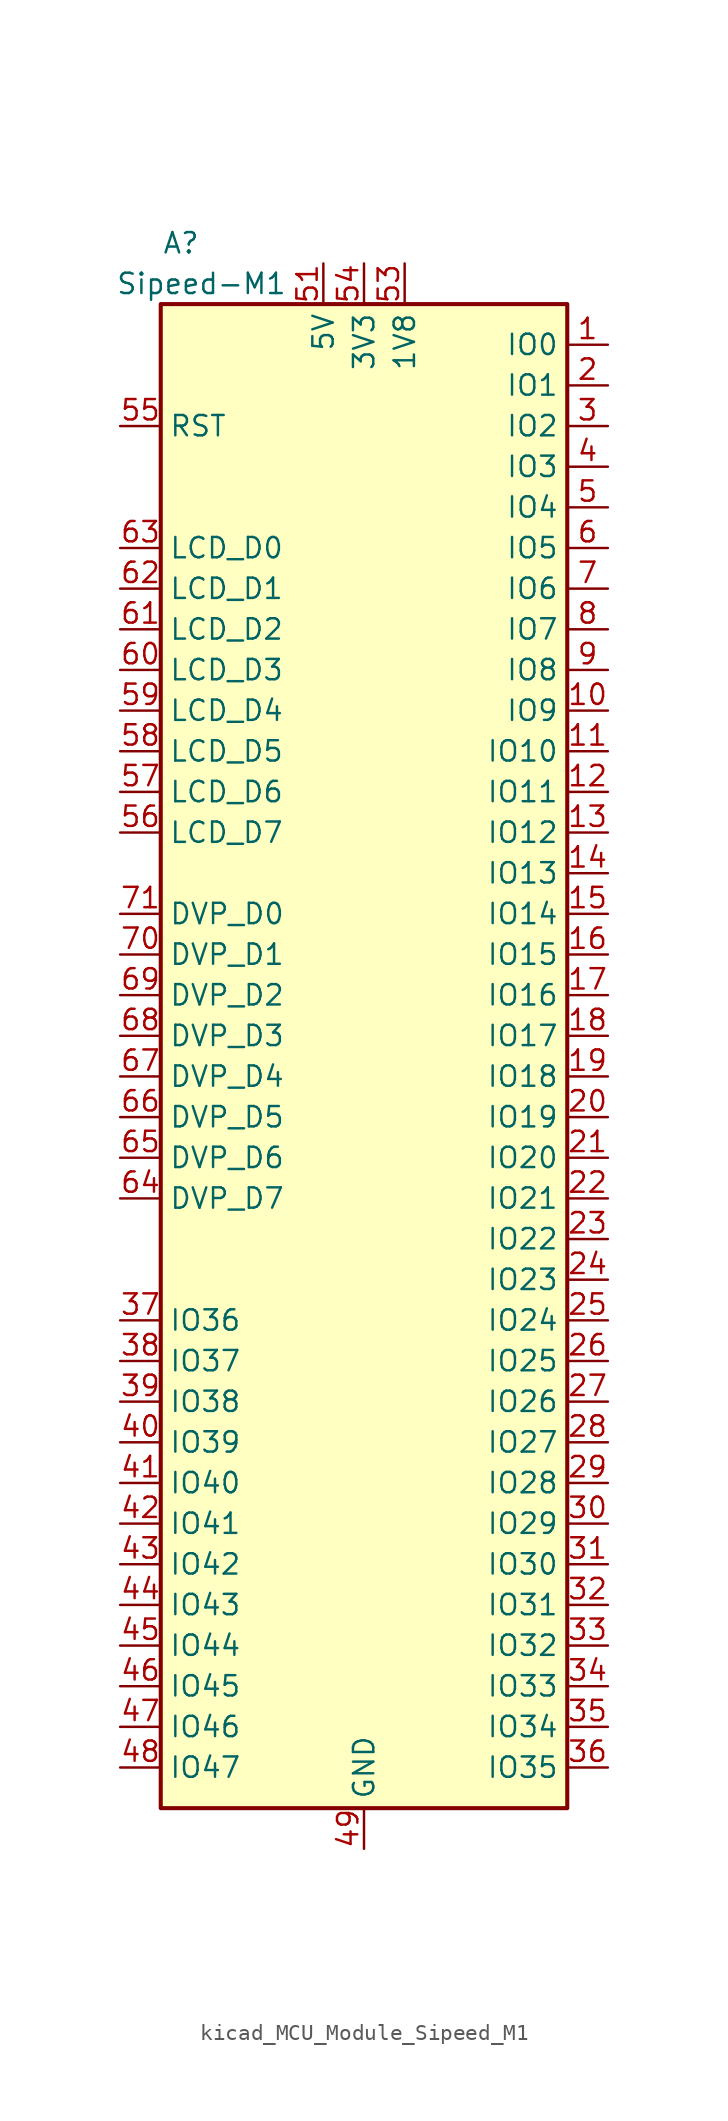
<source format=kicad_sym>
(kicad_symbol_lib
  (version 20220914)
  (generator kicad_symbol_editor)
  (symbol "kicad_MCU_Module_Sipeed_M1"
    (property "Reference" "A"
      (at -11.43 52.07 0)
      (effects (font (size 1.27 1.27))))
    (property "Value" "Sipeed-M1"
      (at -10.16 49.53 0)
      (effects (font (size 1.27 1.27))))
    (symbol "kicad_MCU_Module_Sipeed_M1_0_1"
      (rectangle (start 12.7 -45.72) (end -12.7 48.26) (stroke (width 0.254) (type default)) (fill (type background))))
    (symbol "kicad_MCU_Module_Sipeed_M1_1_1"
      (pin bidirectional line (at 15.24 45.72 180) (length 2.54) (name "IO0" (effects (font (size 1.27 1.27)))) (number "1" (effects (font (size 1.27 1.27)))))
      (pin bidirectional line (at 15.24 22.86 180) (length 2.54) (name "IO9" (effects (font (size 1.27 1.27)))) (number "10" (effects (font (size 1.27 1.27)))))
      (pin bidirectional line (at 15.24 20.32 180) (length 2.54) (name "IO10" (effects (font (size 1.27 1.27)))) (number "11" (effects (font (size 1.27 1.27)))))
      (pin bidirectional line (at 15.24 17.78 180) (length 2.54) (name "IO11" (effects (font (size 1.27 1.27)))) (number "12" (effects (font (size 1.27 1.27)))))
      (pin bidirectional line (at 15.24 15.24 180) (length 2.54) (name "IO12" (effects (font (size 1.27 1.27)))) (number "13" (effects (font (size 1.27 1.27)))))
      (pin bidirectional line (at 15.24 12.7 180) (length 2.54) (name "IO13" (effects (font (size 1.27 1.27)))) (number "14" (effects (font (size 1.27 1.27)))))
      (pin bidirectional line (at 15.24 10.16 180) (length 2.54) (name "IO14" (effects (font (size 1.27 1.27)))) (number "15" (effects (font (size 1.27 1.27)))))
      (pin bidirectional line (at 15.24 7.62 180) (length 2.54) (name "IO15" (effects (font (size 1.27 1.27)))) (number "16" (effects (font (size 1.27 1.27)))))
      (pin bidirectional line (at 15.24 5.08 180) (length 2.54) (name "IO16" (effects (font (size 1.27 1.27)))) (number "17" (effects (font (size 1.27 1.27)))))
      (pin bidirectional line (at 15.24 2.54 180) (length 2.54) (name "IO17" (effects (font (size 1.27 1.27)))) (number "18" (effects (font (size 1.27 1.27)))))
      (pin bidirectional line (at 15.24 0 180) (length 2.54) (name "IO18" (effects (font (size 1.27 1.27)))) (number "19" (effects (font (size 1.27 1.27)))))
      (pin bidirectional line (at 15.24 43.18 180) (length 2.54) (name "IO1" (effects (font (size 1.27 1.27)))) (number "2" (effects (font (size 1.27 1.27)))))
      (pin bidirectional line (at 15.24 -2.54 180) (length 2.54) (name "IO19" (effects (font (size 1.27 1.27)))) (number "20" (effects (font (size 1.27 1.27)))))
      (pin bidirectional line (at 15.24 -5.08 180) (length 2.54) (name "IO20" (effects (font (size 1.27 1.27)))) (number "21" (effects (font (size 1.27 1.27)))))
      (pin bidirectional line (at 15.24 -7.62 180) (length 2.54) (name "IO21" (effects (font (size 1.27 1.27)))) (number "22" (effects (font (size 1.27 1.27)))))
      (pin bidirectional line (at 15.24 -10.16 180) (length 2.54) (name "IO22" (effects (font (size 1.27 1.27)))) (number "23" (effects (font (size 1.27 1.27)))))
      (pin bidirectional line (at 15.24 -12.7 180) (length 2.54) (name "IO23" (effects (font (size 1.27 1.27)))) (number "24" (effects (font (size 1.27 1.27)))))
      (pin bidirectional line (at 15.24 -15.24 180) (length 2.54) (name "IO24" (effects (font (size 1.27 1.27)))) (number "25" (effects (font (size 1.27 1.27)))))
      (pin bidirectional line (at 15.24 -17.78 180) (length 2.54) (name "IO25" (effects (font (size 1.27 1.27)))) (number "26" (effects (font (size 1.27 1.27)))))
      (pin bidirectional line (at 15.24 -20.32 180) (length 2.54) (name "IO26" (effects (font (size 1.27 1.27)))) (number "27" (effects (font (size 1.27 1.27)))))
      (pin bidirectional line (at 15.24 -22.86 180) (length 2.54) (name "IO27" (effects (font (size 1.27 1.27)))) (number "28" (effects (font (size 1.27 1.27)))))
      (pin bidirectional line (at 15.24 -25.4 180) (length 2.54) (name "IO28" (effects (font (size 1.27 1.27)))) (number "29" (effects (font (size 1.27 1.27)))))
      (pin bidirectional line (at 15.24 40.64 180) (length 2.54) (name "IO2" (effects (font (size 1.27 1.27)))) (number "3" (effects (font (size 1.27 1.27)))))
      (pin bidirectional line (at 15.24 -27.94 180) (length 2.54) (name "IO29" (effects (font (size 1.27 1.27)))) (number "30" (effects (font (size 1.27 1.27)))))
      (pin bidirectional line (at 15.24 -30.48 180) (length 2.54) (name "IO30" (effects (font (size 1.27 1.27)))) (number "31" (effects (font (size 1.27 1.27)))))
      (pin bidirectional line (at 15.24 -33.02 180) (length 2.54) (name "IO31" (effects (font (size 1.27 1.27)))) (number "32" (effects (font (size 1.27 1.27)))))
      (pin bidirectional line (at 15.24 -35.56 180) (length 2.54) (name "IO32" (effects (font (size 1.27 1.27)))) (number "33" (effects (font (size 1.27 1.27)))))
      (pin bidirectional line (at 15.24 -38.1 180) (length 2.54) (name "IO33" (effects (font (size 1.27 1.27)))) (number "34" (effects (font (size 1.27 1.27)))))
      (pin bidirectional line (at 15.24 -40.64 180) (length 2.54) (name "IO34" (effects (font (size 1.27 1.27)))) (number "35" (effects (font (size 1.27 1.27)))))
      (pin bidirectional line (at 15.24 -43.18 180) (length 2.54) (name "IO35" (effects (font (size 1.27 1.27)))) (number "36" (effects (font (size 1.27 1.27)))))
      (pin bidirectional line (at -15.24 -15.24 0) (length 2.54) (name "IO36" (effects (font (size 1.27 1.27)))) (number "37" (effects (font (size 1.27 1.27)))))
      (pin bidirectional line (at -15.24 -17.78 0) (length 2.54) (name "IO37" (effects (font (size 1.27 1.27)))) (number "38" (effects (font (size 1.27 1.27)))))
      (pin bidirectional line (at -15.24 -20.32 0) (length 2.54) (name "IO38" (effects (font (size 1.27 1.27)))) (number "39" (effects (font (size 1.27 1.27)))))
      (pin bidirectional line (at 15.24 38.1 180) (length 2.54) (name "IO3" (effects (font (size 1.27 1.27)))) (number "4" (effects (font (size 1.27 1.27)))))
      (pin bidirectional line (at -15.24 -22.86 0) (length 2.54) (name "IO39" (effects (font (size 1.27 1.27)))) (number "40" (effects (font (size 1.27 1.27)))))
      (pin bidirectional line (at -15.24 -25.4 0) (length 2.54) (name "IO40" (effects (font (size 1.27 1.27)))) (number "41" (effects (font (size 1.27 1.27)))))
      (pin bidirectional line (at -15.24 -27.94 0) (length 2.54) (name "IO41" (effects (font (size 1.27 1.27)))) (number "42" (effects (font (size 1.27 1.27)))))
      (pin bidirectional line (at -15.24 -30.48 0) (length 2.54) (name "IO42" (effects (font (size 1.27 1.27)))) (number "43" (effects (font (size 1.27 1.27)))))
      (pin bidirectional line (at -15.24 -33.02 0) (length 2.54) (name "IO43" (effects (font (size 1.27 1.27)))) (number "44" (effects (font (size 1.27 1.27)))))
      (pin bidirectional line (at -15.24 -35.56 0) (length 2.54) (name "IO44" (effects (font (size 1.27 1.27)))) (number "45" (effects (font (size 1.27 1.27)))))
      (pin bidirectional line (at -15.24 -38.1 0) (length 2.54) (name "IO45" (effects (font (size 1.27 1.27)))) (number "46" (effects (font (size 1.27 1.27)))))
      (pin bidirectional line (at -15.24 -40.64 0) (length 2.54) (name "IO46" (effects (font (size 1.27 1.27)))) (number "47" (effects (font (size 1.27 1.27)))))
      (pin bidirectional line (at -15.24 -43.18 0) (length 2.54) (name "IO47" (effects (font (size 1.27 1.27)))) (number "48" (effects (font (size 1.27 1.27)))))
      (pin power_in line (at 0 -48.26 90) (length 2.54) (name "GND" (effects (font (size 1.27 1.27)))) (number "49" (effects (font (size 1.27 1.27)))))
      (pin bidirectional line (at 15.24 35.56 180) (length 2.54) (name "IO4" (effects (font (size 1.27 1.27)))) (number "5" (effects (font (size 1.27 1.27)))))
      (pin passive line (at 0 -48.26 90) (length 2.54) hide (name "GND" (effects (font (size 1.27 1.27)))) (number "50" (effects (font (size 1.27 1.27)))))
      (pin power_in line (at -2.54 50.8 270) (length 2.54) (name "5V" (effects (font (size 1.27 1.27)))) (number "51" (effects (font (size 1.27 1.27)))))
      (pin passive line (at -2.54 50.8 270) (length 2.54) hide (name "5V" (effects (font (size 1.27 1.27)))) (number "52" (effects (font (size 1.27 1.27)))))
      (pin power_out line (at 2.54 50.8 270) (length 2.54) (name "1V8" (effects (font (size 1.27 1.27)))) (number "53" (effects (font (size 1.27 1.27)))))
      (pin power_out line (at 0 50.8 270) (length 2.54) (name "3V3" (effects (font (size 1.27 1.27)))) (number "54" (effects (font (size 1.27 1.27)))))
      (pin input line (at -15.24 40.64 0) (length 2.54) (name "RST" (effects (font (size 1.27 1.27)))) (number "55" (effects (font (size 1.27 1.27)))))
      (pin bidirectional line (at -15.24 15.24 0) (length 2.54) (name "LCD_D7" (effects (font (size 1.27 1.27)))) (number "56" (effects (font (size 1.27 1.27)))))
      (pin bidirectional line (at -15.24 17.78 0) (length 2.54) (name "LCD_D6" (effects (font (size 1.27 1.27)))) (number "57" (effects (font (size 1.27 1.27)))))
      (pin bidirectional line (at -15.24 20.32 0) (length 2.54) (name "LCD_D5" (effects (font (size 1.27 1.27)))) (number "58" (effects (font (size 1.27 1.27)))))
      (pin bidirectional line (at -15.24 22.86 0) (length 2.54) (name "LCD_D4" (effects (font (size 1.27 1.27)))) (number "59" (effects (font (size 1.27 1.27)))))
      (pin bidirectional line (at 15.24 33.02 180) (length 2.54) (name "IO5" (effects (font (size 1.27 1.27)))) (number "6" (effects (font (size 1.27 1.27)))))
      (pin bidirectional line (at -15.24 25.4 0) (length 2.54) (name "LCD_D3" (effects (font (size 1.27 1.27)))) (number "60" (effects (font (size 1.27 1.27)))))
      (pin bidirectional line (at -15.24 27.94 0) (length 2.54) (name "LCD_D2" (effects (font (size 1.27 1.27)))) (number "61" (effects (font (size 1.27 1.27)))))
      (pin bidirectional line (at -15.24 30.48 0) (length 2.54) (name "LCD_D1" (effects (font (size 1.27 1.27)))) (number "62" (effects (font (size 1.27 1.27)))))
      (pin bidirectional line (at -15.24 33.02 0) (length 2.54) (name "LCD_D0" (effects (font (size 1.27 1.27)))) (number "63" (effects (font (size 1.27 1.27)))))
      (pin bidirectional line (at -15.24 -7.62 0) (length 2.54) (name "DVP_D7" (effects (font (size 1.27 1.27)))) (number "64" (effects (font (size 1.27 1.27)))))
      (pin bidirectional line (at -15.24 -5.08 0) (length 2.54) (name "DVP_D6" (effects (font (size 1.27 1.27)))) (number "65" (effects (font (size 1.27 1.27)))))
      (pin bidirectional line (at -15.24 -2.54 0) (length 2.54) (name "DVP_D5" (effects (font (size 1.27 1.27)))) (number "66" (effects (font (size 1.27 1.27)))))
      (pin bidirectional line (at -15.24 0 0) (length 2.54) (name "DVP_D4" (effects (font (size 1.27 1.27)))) (number "67" (effects (font (size 1.27 1.27)))))
      (pin bidirectional line (at -15.24 2.54 0) (length 2.54) (name "DVP_D3" (effects (font (size 1.27 1.27)))) (number "68" (effects (font (size 1.27 1.27)))))
      (pin bidirectional line (at -15.24 5.08 0) (length 2.54) (name "DVP_D2" (effects (font (size 1.27 1.27)))) (number "69" (effects (font (size 1.27 1.27)))))
      (pin bidirectional line (at 15.24 30.48 180) (length 2.54) (name "IO6" (effects (font (size 1.27 1.27)))) (number "7" (effects (font (size 1.27 1.27)))))
      (pin bidirectional line (at -15.24 7.62 0) (length 2.54) (name "DVP_D1" (effects (font (size 1.27 1.27)))) (number "70" (effects (font (size 1.27 1.27)))))
      (pin bidirectional line (at -15.24 10.16 0) (length 2.54) (name "DVP_D0" (effects (font (size 1.27 1.27)))) (number "71" (effects (font (size 1.27 1.27)))))
      (pin passive line (at 0 -48.26 90) (length 2.54) hide (name "GND" (effects (font (size 1.27 1.27)))) (number "72" (effects (font (size 1.27 1.27)))))
      (pin passive line (at 0 -48.26 90) (length 2.54) hide (name "GND" (effects (font (size 1.27 1.27)))) (number "73" (effects (font (size 1.27 1.27)))))
      (pin passive line (at 0 -48.26 90) (length 2.54) hide (name "GND" (effects (font (size 1.27 1.27)))) (number "74" (effects (font (size 1.27 1.27)))))
      (pin passive line (at 0 -48.26 90) (length 2.54) hide (name "GND" (effects (font (size 1.27 1.27)))) (number "75" (effects (font (size 1.27 1.27)))))
      (pin passive line (at 0 -48.26 90) (length 2.54) hide (name "GND" (effects (font (size 1.27 1.27)))) (number "76" (effects (font (size 1.27 1.27)))))
      (pin passive line (at 0 -48.26 90) (length 2.54) hide (name "GND" (effects (font (size 1.27 1.27)))) (number "77" (effects (font (size 1.27 1.27)))))
      (pin bidirectional line (at 15.24 27.94 180) (length 2.54) (name "IO7" (effects (font (size 1.27 1.27)))) (number "8" (effects (font (size 1.27 1.27)))))
      (pin bidirectional line (at 15.24 25.4 180) (length 2.54) (name "IO8" (effects (font (size 1.27 1.27)))) (number "9" (effects (font (size 1.27 1.27))))))))
</source>
